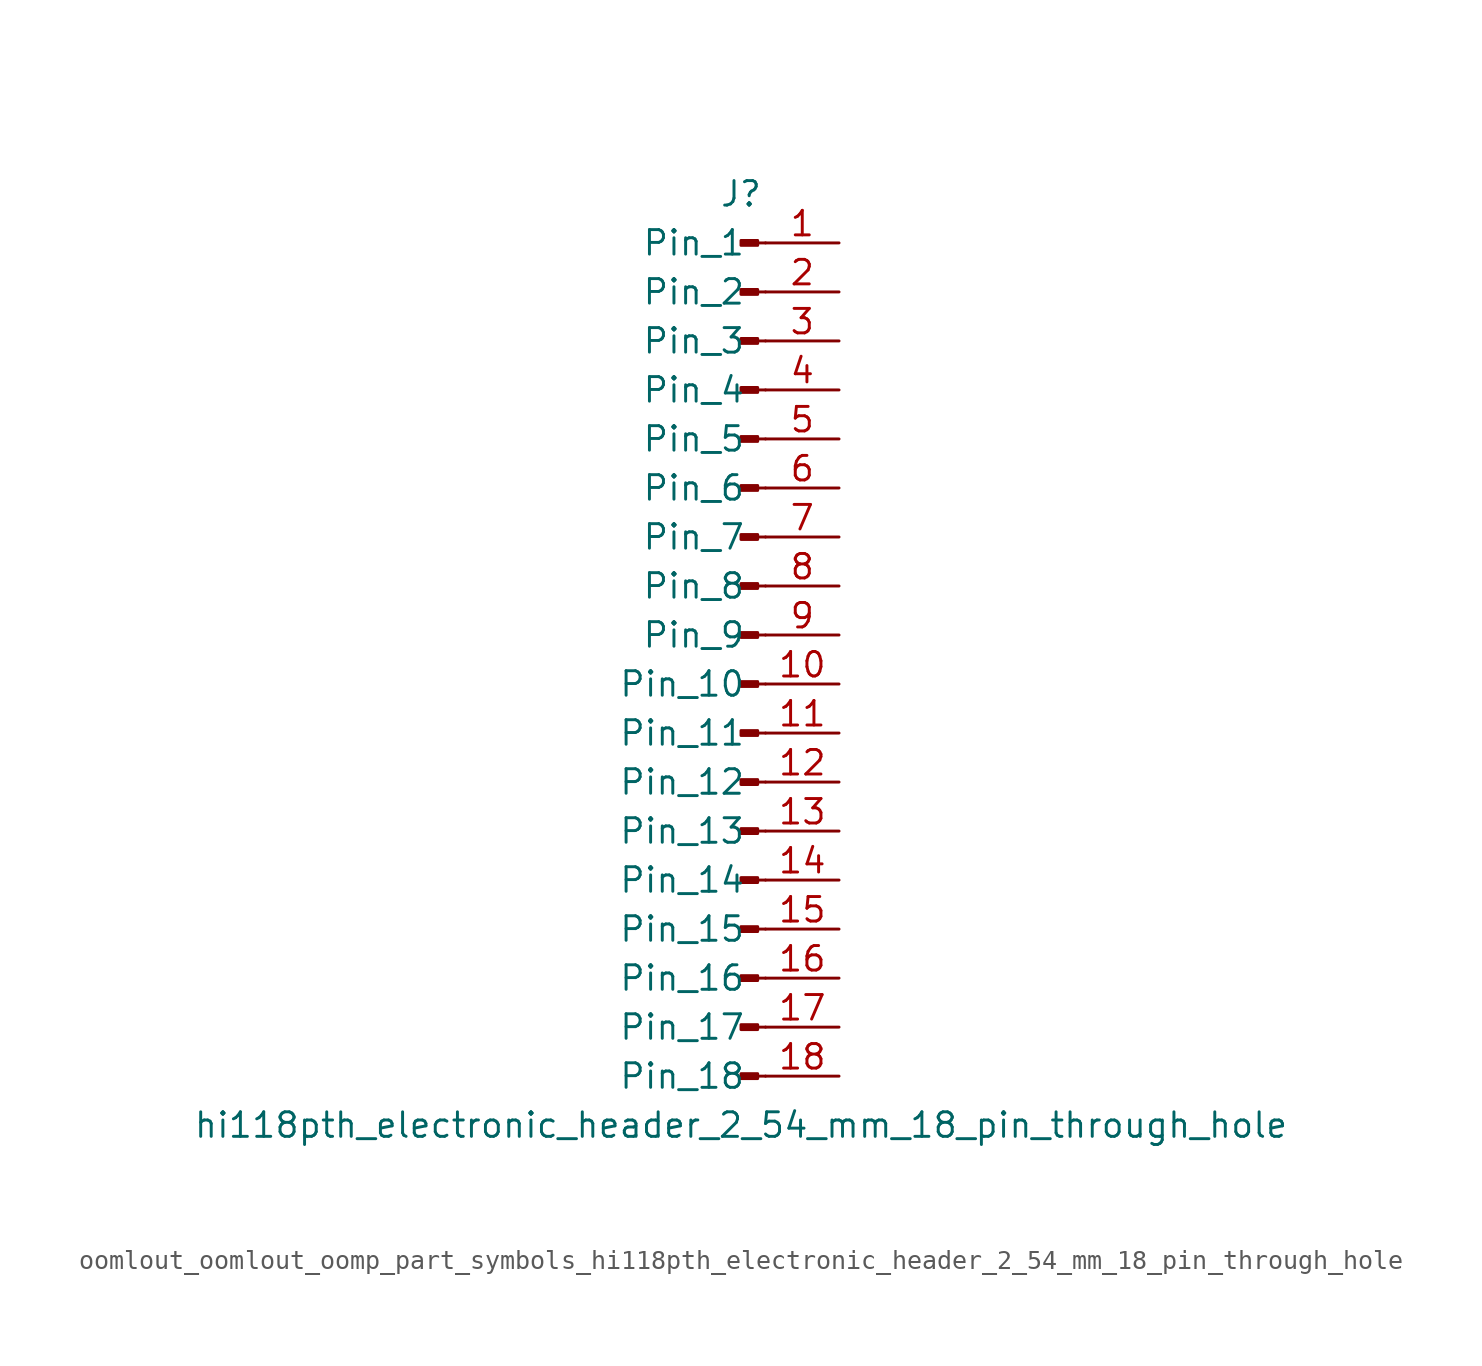
<source format=kicad_sym>
(kicad_symbol_lib
  (version 20220914)
  (generator kicad_symbol_editor)
  (symbol "oomlout_oomlout_oomp_part_symbols_hi118pth_electronic_header_2_54_mm_18_pin_through_hole"
    (pin_names
      (offset 1.016))
    (property "Reference" "J"
      (at 0 22.86 0)
      (effects (font (size 1.27 1.27))))
    (property "Value" "hi118pth_electronic_header_2_54_mm_18_pin_through_hole"
      (at 0 -25.4 0)
      (effects (font (size 1.27 1.27))))
    (property "ki_locked" ""
      (at 0 0 0)
      (effects (font (size 1.27 1.27))))
    (symbol "oomlout_oomlout_oomp_part_symbols_hi118pth_electronic_header_2_54_mm_18_pin_through_hole_1_1"
      (polyline (pts (xy 1.27 -22.86) (xy 0.864 -22.86)) (stroke (width 0.152) (type default)) (fill (type none)))
      (polyline (pts (xy 1.27 -20.32) (xy 0.864 -20.32)) (stroke (width 0.152) (type default)) (fill (type none)))
      (polyline (pts (xy 1.27 -17.78) (xy 0.864 -17.78)) (stroke (width 0.152) (type default)) (fill (type none)))
      (polyline (pts (xy 1.27 -15.24) (xy 0.864 -15.24)) (stroke (width 0.152) (type default)) (fill (type none)))
      (polyline (pts (xy 1.27 -12.7) (xy 0.864 -12.7)) (stroke (width 0.152) (type default)) (fill (type none)))
      (polyline (pts (xy 1.27 -10.16) (xy 0.864 -10.16)) (stroke (width 0.152) (type default)) (fill (type none)))
      (polyline (pts (xy 1.27 -7.62) (xy 0.864 -7.62)) (stroke (width 0.152) (type default)) (fill (type none)))
      (polyline (pts (xy 1.27 -5.08) (xy 0.864 -5.08)) (stroke (width 0.152) (type default)) (fill (type none)))
      (polyline (pts (xy 1.27 -2.54) (xy 0.864 -2.54)) (stroke (width 0.152) (type default)) (fill (type none)))
      (polyline (pts (xy 1.27 0) (xy 0.864 0)) (stroke (width 0.152) (type default)) (fill (type none)))
      (polyline (pts (xy 1.27 2.54) (xy 0.864 2.54)) (stroke (width 0.152) (type default)) (fill (type none)))
      (polyline (pts (xy 1.27 5.08) (xy 0.864 5.08)) (stroke (width 0.152) (type default)) (fill (type none)))
      (polyline (pts (xy 1.27 7.62) (xy 0.864 7.62)) (stroke (width 0.152) (type default)) (fill (type none)))
      (polyline (pts (xy 1.27 10.16) (xy 0.864 10.16)) (stroke (width 0.152) (type default)) (fill (type none)))
      (polyline (pts (xy 1.27 12.7) (xy 0.864 12.7)) (stroke (width 0.152) (type default)) (fill (type none)))
      (polyline (pts (xy 1.27 15.24) (xy 0.864 15.24)) (stroke (width 0.152) (type default)) (fill (type none)))
      (polyline (pts (xy 1.27 17.78) (xy 0.864 17.78)) (stroke (width 0.152) (type default)) (fill (type none)))
      (polyline (pts (xy 1.27 20.32) (xy 0.864 20.32)) (stroke (width 0.152) (type default)) (fill (type none)))
      (rectangle (start 0.864 -22.733) (end 0 -22.987) (stroke (width 0.152) (type default)) (fill (type outline)))
      (rectangle (start 0.864 -20.193) (end 0 -20.447) (stroke (width 0.152) (type default)) (fill (type outline)))
      (rectangle (start 0.864 -17.653) (end 0 -17.907) (stroke (width 0.152) (type default)) (fill (type outline)))
      (rectangle (start 0.864 -15.113) (end 0 -15.367) (stroke (width 0.152) (type default)) (fill (type outline)))
      (rectangle (start 0.864 -12.573) (end 0 -12.827) (stroke (width 0.152) (type default)) (fill (type outline)))
      (rectangle (start 0.864 -10.033) (end 0 -10.287) (stroke (width 0.152) (type default)) (fill (type outline)))
      (rectangle (start 0.864 -7.493) (end 0 -7.747) (stroke (width 0.152) (type default)) (fill (type outline)))
      (rectangle (start 0.864 -4.953) (end 0 -5.207) (stroke (width 0.152) (type default)) (fill (type outline)))
      (rectangle (start 0.864 -2.413) (end 0 -2.667) (stroke (width 0.152) (type default)) (fill (type outline)))
      (rectangle (start 0.864 0.127) (end 0 -0.127) (stroke (width 0.152) (type default)) (fill (type outline)))
      (rectangle (start 0.864 2.667) (end 0 2.413) (stroke (width 0.152) (type default)) (fill (type outline)))
      (rectangle (start 0.864 5.207) (end 0 4.953) (stroke (width 0.152) (type default)) (fill (type outline)))
      (rectangle (start 0.864 7.747) (end 0 7.493) (stroke (width 0.152) (type default)) (fill (type outline)))
      (rectangle (start 0.864 10.287) (end 0 10.033) (stroke (width 0.152) (type default)) (fill (type outline)))
      (rectangle (start 0.864 12.827) (end 0 12.573) (stroke (width 0.152) (type default)) (fill (type outline)))
      (rectangle (start 0.864 15.367) (end 0 15.113) (stroke (width 0.152) (type default)) (fill (type outline)))
      (rectangle (start 0.864 17.907) (end 0 17.653) (stroke (width 0.152) (type default)) (fill (type outline)))
      (rectangle (start 0.864 20.447) (end 0 20.193) (stroke (width 0.152) (type default)) (fill (type outline)))
      (pin passive line (at 5.08 20.32 180) (length 3.81) (name "Pin_1" (effects (font (size 1.27 1.27)))) (number "1" (effects (font (size 1.27 1.27)))))
      (pin passive line (at 5.08 -2.54 180) (length 3.81) (name "Pin_10" (effects (font (size 1.27 1.27)))) (number "10" (effects (font (size 1.27 1.27)))))
      (pin passive line (at 5.08 -5.08 180) (length 3.81) (name "Pin_11" (effects (font (size 1.27 1.27)))) (number "11" (effects (font (size 1.27 1.27)))))
      (pin passive line (at 5.08 -7.62 180) (length 3.81) (name "Pin_12" (effects (font (size 1.27 1.27)))) (number "12" (effects (font (size 1.27 1.27)))))
      (pin passive line (at 5.08 -10.16 180) (length 3.81) (name "Pin_13" (effects (font (size 1.27 1.27)))) (number "13" (effects (font (size 1.27 1.27)))))
      (pin passive line (at 5.08 -12.7 180) (length 3.81) (name "Pin_14" (effects (font (size 1.27 1.27)))) (number "14" (effects (font (size 1.27 1.27)))))
      (pin passive line (at 5.08 -15.24 180) (length 3.81) (name "Pin_15" (effects (font (size 1.27 1.27)))) (number "15" (effects (font (size 1.27 1.27)))))
      (pin passive line (at 5.08 -17.78 180) (length 3.81) (name "Pin_16" (effects (font (size 1.27 1.27)))) (number "16" (effects (font (size 1.27 1.27)))))
      (pin passive line (at 5.08 -20.32 180) (length 3.81) (name "Pin_17" (effects (font (size 1.27 1.27)))) (number "17" (effects (font (size 1.27 1.27)))))
      (pin passive line (at 5.08 -22.86 180) (length 3.81) (name "Pin_18" (effects (font (size 1.27 1.27)))) (number "18" (effects (font (size 1.27 1.27)))))
      (pin passive line (at 5.08 17.78 180) (length 3.81) (name "Pin_2" (effects (font (size 1.27 1.27)))) (number "2" (effects (font (size 1.27 1.27)))))
      (pin passive line (at 5.08 15.24 180) (length 3.81) (name "Pin_3" (effects (font (size 1.27 1.27)))) (number "3" (effects (font (size 1.27 1.27)))))
      (pin passive line (at 5.08 12.7 180) (length 3.81) (name "Pin_4" (effects (font (size 1.27 1.27)))) (number "4" (effects (font (size 1.27 1.27)))))
      (pin passive line (at 5.08 10.16 180) (length 3.81) (name "Pin_5" (effects (font (size 1.27 1.27)))) (number "5" (effects (font (size 1.27 1.27)))))
      (pin passive line (at 5.08 7.62 180) (length 3.81) (name "Pin_6" (effects (font (size 1.27 1.27)))) (number "6" (effects (font (size 1.27 1.27)))))
      (pin passive line (at 5.08 5.08 180) (length 3.81) (name "Pin_7" (effects (font (size 1.27 1.27)))) (number "7" (effects (font (size 1.27 1.27)))))
      (pin passive line (at 5.08 2.54 180) (length 3.81) (name "Pin_8" (effects (font (size 1.27 1.27)))) (number "8" (effects (font (size 1.27 1.27)))))
      (pin passive line (at 5.08 0 180) (length 3.81) (name "Pin_9" (effects (font (size 1.27 1.27)))) (number "9" (effects (font (size 1.27 1.27))))))))
</source>
